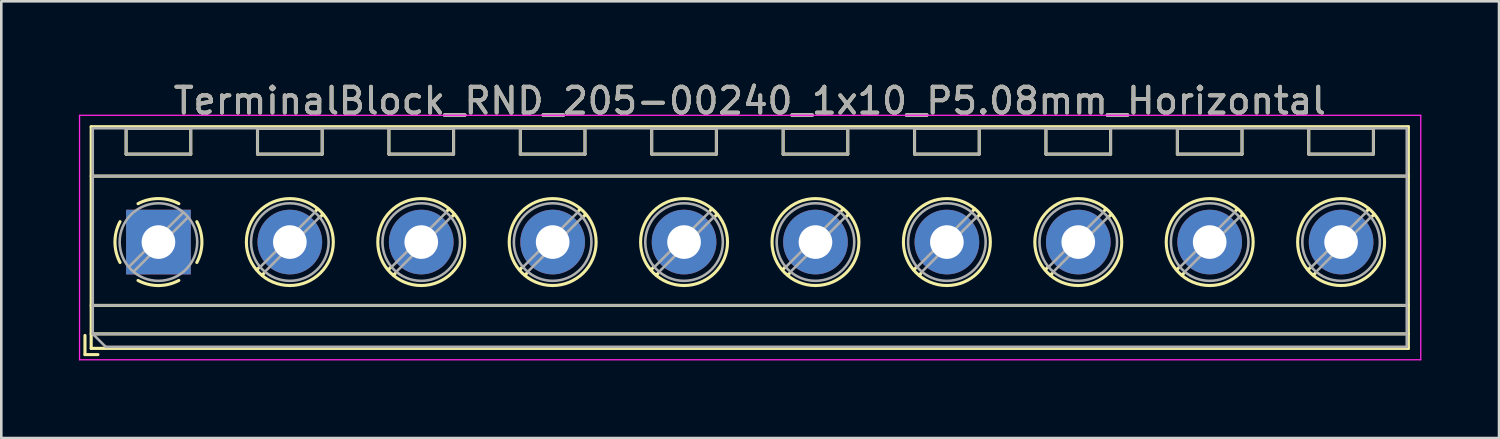
<source format=kicad_pcb>
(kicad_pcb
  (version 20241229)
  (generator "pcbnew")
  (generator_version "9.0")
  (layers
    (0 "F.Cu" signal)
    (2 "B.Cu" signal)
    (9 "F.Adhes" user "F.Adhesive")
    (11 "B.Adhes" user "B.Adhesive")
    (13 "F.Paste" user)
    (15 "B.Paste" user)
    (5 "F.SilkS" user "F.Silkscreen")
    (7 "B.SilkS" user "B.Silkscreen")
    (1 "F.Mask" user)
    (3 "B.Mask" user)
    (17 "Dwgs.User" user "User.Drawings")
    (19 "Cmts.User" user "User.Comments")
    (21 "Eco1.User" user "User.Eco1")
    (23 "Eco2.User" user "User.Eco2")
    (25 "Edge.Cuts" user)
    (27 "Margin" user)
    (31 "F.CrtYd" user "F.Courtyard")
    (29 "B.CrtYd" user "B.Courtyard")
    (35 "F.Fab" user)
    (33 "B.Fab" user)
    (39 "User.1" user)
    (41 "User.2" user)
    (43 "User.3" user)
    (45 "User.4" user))
  (footprint "TerminalBlock_RND_205-00240_1x10_P5.08mm_Horizontal"
    (layer "F.Cu")
    (at 3.075 6.308)
    (property "Reference" "TerminalBlock_RND_205-00240_1x10_P5.08mm_Horizontal" (at 22.86 -5.46 0) (layer "F.SilkS") (effects (font (size 1 1) (thickness 0.15))))
    (attr through_hole)
    (fp_line (start -2.84 3.61) (end -2.84 4.35) (stroke (width 0.12) (type solid)) (layer "F.SilkS"))
    (fp_line (start -2.84 4.35) (end -2.34 4.35) (stroke (width 0.12) (type solid)) (layer "F.SilkS"))
    (fp_line (start -2.6 -4.46) (end -2.6 4.11) (stroke (width 0.12) (type solid)) (layer "F.SilkS"))
    (fp_line (start -2.6 -4.46) (end 48.32 -4.46) (stroke (width 0.12) (type solid)) (layer "F.SilkS"))
    (fp_line (start -2.6 -2.55) (end 48.32 -2.55) (stroke (width 0.12) (type solid)) (layer "F.SilkS"))
    (fp_line (start -2.6 2.45) (end 48.32 2.45) (stroke (width 0.12) (type solid)) (layer "F.SilkS"))
    (fp_line (start -2.6 3.55) (end 48.32 3.55) (stroke (width 0.12) (type solid)) (layer "F.SilkS"))
    (fp_line (start -2.6 4.11) (end 48.32 4.11) (stroke (width 0.12) (type solid)) (layer "F.SilkS"))
    (fp_line (start -1.25 -4.4) (end -1.25 -3.4) (stroke (width 0.12) (type solid)) (layer "F.SilkS"))
    (fp_line (start -1.25 -4.4) (end 1.25 -4.4) (stroke (width 0.12) (type solid)) (layer "F.SilkS"))
    (fp_line (start -1.25 -3.4) (end 1.25 -3.4) (stroke (width 0.12) (type solid)) (layer "F.SilkS"))
    (fp_line (start 1.25 -4.4) (end 1.25 -3.4) (stroke (width 0.12) (type solid)) (layer "F.SilkS"))
    (fp_line (start 3.83 -4.4) (end 3.83 -3.4) (stroke (width 0.12) (type solid)) (layer "F.SilkS"))
    (fp_line (start 3.83 -4.4) (end 6.33 -4.4) (stroke (width 0.12) (type solid)) (layer "F.SilkS"))
    (fp_line (start 3.83 -3.4) (end 6.33 -3.4) (stroke (width 0.12) (type solid)) (layer "F.SilkS"))
    (fp_line (start 3.9 0.976) (end 3.806 1.069) (stroke (width 0.12) (type solid)) (layer "F.SilkS"))
    (fp_line (start 4.07 1.216) (end 4.011 1.274) (stroke (width 0.12) (type solid)) (layer "F.SilkS"))
    (fp_line (start 6.15 -1.275) (end 6.091 -1.216) (stroke (width 0.12) (type solid)) (layer "F.SilkS"))
    (fp_line (start 6.33 -4.4) (end 6.33 -3.4) (stroke (width 0.12) (type solid)) (layer "F.SilkS"))
    (fp_line (start 6.355 -1.069) (end 6.261 -0.976) (stroke (width 0.12) (type solid)) (layer "F.SilkS"))
    (fp_line (start 8.91 -4.4) (end 8.91 -3.4) (stroke (width 0.12) (type solid)) (layer "F.SilkS"))
    (fp_line (start 8.91 -4.4) (end 11.41 -4.4) (stroke (width 0.12) (type solid)) (layer "F.SilkS"))
    (fp_line (start 8.91 -3.4) (end 11.41 -3.4) (stroke (width 0.12) (type solid)) (layer "F.SilkS"))
    (fp_line (start 8.98 0.976) (end 8.886 1.069) (stroke (width 0.12) (type solid)) (layer "F.SilkS"))
    (fp_line (start 9.15 1.216) (end 9.091 1.274) (stroke (width 0.12) (type solid)) (layer "F.SilkS"))
    (fp_line (start 11.23 -1.275) (end 11.171 -1.216) (stroke (width 0.12) (type solid)) (layer "F.SilkS"))
    (fp_line (start 11.41 -4.4) (end 11.41 -3.4) (stroke (width 0.12) (type solid)) (layer "F.SilkS"))
    (fp_line (start 11.435 -1.069) (end 11.341 -0.976) (stroke (width 0.12) (type solid)) (layer "F.SilkS"))
    (fp_line (start 13.99 -4.4) (end 13.99 -3.4) (stroke (width 0.12) (type solid)) (layer "F.SilkS"))
    (fp_line (start 13.99 -4.4) (end 16.49 -4.4) (stroke (width 0.12) (type solid)) (layer "F.SilkS"))
    (fp_line (start 13.99 -3.4) (end 16.49 -3.4) (stroke (width 0.12) (type solid)) (layer "F.SilkS"))
    (fp_line (start 14.06 0.976) (end 13.966 1.069) (stroke (width 0.12) (type solid)) (layer "F.SilkS"))
    (fp_line (start 14.23 1.216) (end 14.171 1.274) (stroke (width 0.12) (type solid)) (layer "F.SilkS"))
    (fp_line (start 16.31 -1.275) (end 16.251 -1.216) (stroke (width 0.12) (type solid)) (layer "F.SilkS"))
    (fp_line (start 16.49 -4.4) (end 16.49 -3.4) (stroke (width 0.12) (type solid)) (layer "F.SilkS"))
    (fp_line (start 16.515 -1.069) (end 16.421 -0.976) (stroke (width 0.12) (type solid)) (layer "F.SilkS"))
    (fp_line (start 19.07 -4.4) (end 19.07 -3.4) (stroke (width 0.12) (type solid)) (layer "F.SilkS"))
    (fp_line (start 19.07 -4.4) (end 21.57 -4.4) (stroke (width 0.12) (type solid)) (layer "F.SilkS"))
    (fp_line (start 19.07 -3.4) (end 21.57 -3.4) (stroke (width 0.12) (type solid)) (layer "F.SilkS"))
    (fp_line (start 19.14 0.976) (end 19.046 1.069) (stroke (width 0.12) (type solid)) (layer "F.SilkS"))
    (fp_line (start 19.31 1.216) (end 19.251 1.274) (stroke (width 0.12) (type solid)) (layer "F.SilkS"))
    (fp_line (start 21.39 -1.275) (end 21.331 -1.216) (stroke (width 0.12) (type solid)) (layer "F.SilkS"))
    (fp_line (start 21.57 -4.4) (end 21.57 -3.4) (stroke (width 0.12) (type solid)) (layer "F.SilkS"))
    (fp_line (start 21.595 -1.069) (end 21.501 -0.976) (stroke (width 0.12) (type solid)) (layer "F.SilkS"))
    (fp_line (start 24.15 -4.4) (end 24.15 -3.4) (stroke (width 0.12) (type solid)) (layer "F.SilkS"))
    (fp_line (start 24.15 -4.4) (end 26.65 -4.4) (stroke (width 0.12) (type solid)) (layer "F.SilkS"))
    (fp_line (start 24.15 -3.4) (end 26.65 -3.4) (stroke (width 0.12) (type solid)) (layer "F.SilkS"))
    (fp_line (start 24.22 0.976) (end 24.126 1.069) (stroke (width 0.12) (type solid)) (layer "F.SilkS"))
    (fp_line (start 24.39 1.216) (end 24.331 1.274) (stroke (width 0.12) (type solid)) (layer "F.SilkS"))
    (fp_line (start 26.47 -1.275) (end 26.411 -1.216) (stroke (width 0.12) (type solid)) (layer "F.SilkS"))
    (fp_line (start 26.65 -4.4) (end 26.65 -3.4) (stroke (width 0.12) (type solid)) (layer "F.SilkS"))
    (fp_line (start 26.675 -1.069) (end 26.581 -0.976) (stroke (width 0.12) (type solid)) (layer "F.SilkS"))
    (fp_line (start 29.23 -4.4) (end 29.23 -3.4) (stroke (width 0.12) (type solid)) (layer "F.SilkS"))
    (fp_line (start 29.23 -4.4) (end 31.73 -4.4) (stroke (width 0.12) (type solid)) (layer "F.SilkS"))
    (fp_line (start 29.23 -3.4) (end 31.73 -3.4) (stroke (width 0.12) (type solid)) (layer "F.SilkS"))
    (fp_line (start 29.3 0.976) (end 29.206 1.069) (stroke (width 0.12) (type solid)) (layer "F.SilkS"))
    (fp_line (start 29.47 1.216) (end 29.411 1.274) (stroke (width 0.12) (type solid)) (layer "F.SilkS"))
    (fp_line (start 31.55 -1.275) (end 31.491 -1.216) (stroke (width 0.12) (type solid)) (layer "F.SilkS"))
    (fp_line (start 31.73 -4.4) (end 31.73 -3.4) (stroke (width 0.12) (type solid)) (layer "F.SilkS"))
    (fp_line (start 31.755 -1.069) (end 31.661 -0.976) (stroke (width 0.12) (type solid)) (layer "F.SilkS"))
    (fp_line (start 34.31 -4.4) (end 34.31 -3.4) (stroke (width 0.12) (type solid)) (layer "F.SilkS"))
    (fp_line (start 34.31 -4.4) (end 36.81 -4.4) (stroke (width 0.12) (type solid)) (layer "F.SilkS"))
    (fp_line (start 34.31 -3.4) (end 36.81 -3.4) (stroke (width 0.12) (type solid)) (layer "F.SilkS"))
    (fp_line (start 34.38 0.976) (end 34.286 1.069) (stroke (width 0.12) (type solid)) (layer "F.SilkS"))
    (fp_line (start 34.55 1.216) (end 34.491 1.274) (stroke (width 0.12) (type solid)) (layer "F.SilkS"))
    (fp_line (start 36.63 -1.275) (end 36.571 -1.216) (stroke (width 0.12) (type solid)) (layer "F.SilkS"))
    (fp_line (start 36.81 -4.4) (end 36.81 -3.4) (stroke (width 0.12) (type solid)) (layer "F.SilkS"))
    (fp_line (start 36.835 -1.069) (end 36.741 -0.976) (stroke (width 0.12) (type solid)) (layer "F.SilkS"))
    (fp_line (start 39.39 -4.4) (end 39.39 -3.4) (stroke (width 0.12) (type solid)) (layer "F.SilkS"))
    (fp_line (start 39.39 -4.4) (end 41.89 -4.4) (stroke (width 0.12) (type solid)) (layer "F.SilkS"))
    (fp_line (start 39.39 -3.4) (end 41.89 -3.4) (stroke (width 0.12) (type solid)) (layer "F.SilkS"))
    (fp_line (start 39.46 0.976) (end 39.366 1.069) (stroke (width 0.12) (type solid)) (layer "F.SilkS"))
    (fp_line (start 39.63 1.216) (end 39.571 1.274) (stroke (width 0.12) (type solid)) (layer "F.SilkS"))
    (fp_line (start 41.71 -1.275) (end 41.651 -1.216) (stroke (width 0.12) (type solid)) (layer "F.SilkS"))
    (fp_line (start 41.89 -4.4) (end 41.89 -3.4) (stroke (width 0.12) (type solid)) (layer "F.SilkS"))
    (fp_line (start 41.915 -1.069) (end 41.821 -0.976) (stroke (width 0.12) (type solid)) (layer "F.SilkS"))
    (fp_line (start 44.47 -4.4) (end 44.47 -3.4) (stroke (width 0.12) (type solid)) (layer "F.SilkS"))
    (fp_line (start 44.47 -4.4) (end 46.97 -4.4) (stroke (width 0.12) (type solid)) (layer "F.SilkS"))
    (fp_line (start 44.47 -3.4) (end 46.97 -3.4) (stroke (width 0.12) (type solid)) (layer "F.SilkS"))
    (fp_line (start 44.54 0.976) (end 44.446 1.069) (stroke (width 0.12) (type solid)) (layer "F.SilkS"))
    (fp_line (start 44.71 1.216) (end 44.651 1.274) (stroke (width 0.12) (type solid)) (layer "F.SilkS"))
    (fp_line (start 46.79 -1.275) (end 46.731 -1.216) (stroke (width 0.12) (type solid)) (layer "F.SilkS"))
    (fp_line (start 46.97 -4.4) (end 46.97 -3.4) (stroke (width 0.12) (type solid)) (layer "F.SilkS"))
    (fp_line (start 46.995 -1.069) (end 46.901 -0.976) (stroke (width 0.12) (type solid)) (layer "F.SilkS"))
    (fp_line (start 48.32 -4.46) (end 48.32 4.11) (stroke (width 0.12) (type solid)) (layer "F.SilkS"))
    (fp_arc (start -1.483953 0.789089) (mid -1.680708 0.00005) (end -1.484 -0.789) (stroke (width 0.12) (type solid)) (layer "F.SilkS"))
    (fp_arc (start -0.789089 -1.483953) (mid -0.00005 -1.680708) (end 0.789 -1.484) (stroke (width 0.12) (type solid)) (layer "F.SilkS"))
    (fp_arc (start 0.029383 1.68045) (mid -0.392304 1.634281) (end -0.789 1.484) (stroke (width 0.12) (type solid)) (layer "F.SilkS"))
    (fp_arc (start 0.788712 1.483352) (mid 0.406429 1.630097) (end 0 1.68) (stroke (width 0.12) (type solid)) (layer "F.SilkS"))
    (fp_arc (start 1.483953 -0.789089) (mid 1.680708 -0.00005) (end 1.484 0.789) (stroke (width 0.12) (type solid)) (layer "F.SilkS"))
    (fp_circle (center 5.08 0) (end 6.76 0) (stroke (width 0.12) (type solid)) (fill no) (layer "F.SilkS"))
    (fp_circle (center 10.16 0) (end 11.84 0) (stroke (width 0.12) (type solid)) (fill no) (layer "F.SilkS"))
    (fp_circle (center 15.24 0) (end 16.92 0) (stroke (width 0.12) (type solid)) (fill no) (layer "F.SilkS"))
    (fp_circle (center 20.32 0) (end 22 0) (stroke (width 0.12) (type solid)) (fill no) (layer "F.SilkS"))
    (fp_circle (center 25.4 0) (end 27.08 0) (stroke (width 0.12) (type solid)) (fill no) (layer "F.SilkS"))
    (fp_circle (center 30.48 0) (end 32.16 0) (stroke (width 0.12) (type solid)) (fill no) (layer "F.SilkS"))
    (fp_circle (center 35.56 0) (end 37.24 0) (stroke (width 0.12) (type solid)) (fill no) (layer "F.SilkS"))
    (fp_circle (center 40.64 0) (end 42.32 0) (stroke (width 0.12) (type solid)) (fill no) (layer "F.SilkS"))
    (fp_circle (center 45.72 0) (end 47.4 0) (stroke (width 0.12) (type solid)) (fill no) (layer "F.SilkS"))
    (fp_line (start -3.05 -4.9) (end -3.05 4.55) (stroke (width 0.05) (type solid)) (layer "F.CrtYd"))
    (fp_line (start -3.05 4.55) (end 48.8 4.55) (stroke (width 0.05) (type solid)) (layer "F.CrtYd"))
    (fp_line (start 48.8 -4.9) (end -3.05 -4.9) (stroke (width 0.05) (type solid)) (layer "F.CrtYd"))
    (fp_line (start 48.8 4.55) (end 48.8 -4.9) (stroke (width 0.05) (type solid)) (layer "F.CrtYd"))
    (fp_line (start -2.54 -4.4) (end 48.26 -4.4) (stroke (width 0.1) (type solid)) (layer "F.Fab"))
    (fp_line (start -2.54 -2.55) (end 48.26 -2.55) (stroke (width 0.1) (type solid)) (layer "F.Fab"))
    (fp_line (start -2.54 2.45) (end 48.26 2.45) (stroke (width 0.1) (type solid)) (layer "F.Fab"))
    (fp_line (start -2.54 3.55) (end -2.54 -4.4) (stroke (width 0.1) (type solid)) (layer "F.Fab"))
    (fp_line (start -2.54 3.55) (end 48.26 3.55) (stroke (width 0.1) (type solid)) (layer "F.Fab"))
    (fp_line (start -2.04 4.05) (end -2.54 3.55) (stroke (width 0.1) (type solid)) (layer "F.Fab"))
    (fp_line (start -1.25 -4.4) (end -1.25 -3.4) (stroke (width 0.1) (type solid)) (layer "F.Fab"))
    (fp_line (start -1.25 -3.4) (end 1.25 -3.4) (stroke (width 0.1) (type solid)) (layer "F.Fab"))
    (fp_line (start 0.955 -1.138) (end -1.138 0.955) (stroke (width 0.1) (type solid)) (layer "F.Fab"))
    (fp_line (start 1.138 -0.955) (end -0.955 1.138) (stroke (width 0.1) (type solid)) (layer "F.Fab"))
    (fp_line (start 1.25 -4.4) (end -1.25 -4.4) (stroke (width 0.1) (type solid)) (layer "F.Fab"))
    (fp_line (start 1.25 -3.4) (end 1.25 -4.4) (stroke (width 0.1) (type solid)) (layer "F.Fab"))
    (fp_line (start 3.83 -4.4) (end 3.83 -3.4) (stroke (width 0.1) (type solid)) (layer "F.Fab"))
    (fp_line (start 3.83 -3.4) (end 6.33 -3.4) (stroke (width 0.1) (type solid)) (layer "F.Fab"))
    (fp_line (start 6.035 -1.138) (end 3.943 0.955) (stroke (width 0.1) (type solid)) (layer "F.Fab"))
    (fp_line (start 6.218 -0.955) (end 4.126 1.138) (stroke (width 0.1) (type solid)) (layer "F.Fab"))
    (fp_line (start 6.33 -4.4) (end 3.83 -4.4) (stroke (width 0.1) (type solid)) (layer "F.Fab"))
    (fp_line (start 6.33 -3.4) (end 6.33 -4.4) (stroke (width 0.1) (type solid)) (layer "F.Fab"))
    (fp_line (start 8.91 -4.4) (end 8.91 -3.4) (stroke (width 0.1) (type solid)) (layer "F.Fab"))
    (fp_line (start 8.91 -3.4) (end 11.41 -3.4) (stroke (width 0.1) (type solid)) (layer "F.Fab"))
    (fp_line (start 11.115 -1.138) (end 9.023 0.955) (stroke (width 0.1) (type solid)) (layer "F.Fab"))
    (fp_line (start 11.298 -0.955) (end 9.206 1.138) (stroke (width 0.1) (type solid)) (layer "F.Fab"))
    (fp_line (start 11.41 -4.4) (end 8.91 -4.4) (stroke (width 0.1) (type solid)) (layer "F.Fab"))
    (fp_line (start 11.41 -3.4) (end 11.41 -4.4) (stroke (width 0.1) (type solid)) (layer "F.Fab"))
    (fp_line (start 13.99 -4.4) (end 13.99 -3.4) (stroke (width 0.1) (type solid)) (layer "F.Fab"))
    (fp_line (start 13.99 -3.4) (end 16.49 -3.4) (stroke (width 0.1) (type solid)) (layer "F.Fab"))
    (fp_line (start 16.195 -1.138) (end 14.103 0.955) (stroke (width 0.1) (type solid)) (layer "F.Fab"))
    (fp_line (start 16.378 -0.955) (end 14.286 1.138) (stroke (width 0.1) (type solid)) (layer "F.Fab"))
    (fp_line (start 16.49 -4.4) (end 13.99 -4.4) (stroke (width 0.1) (type solid)) (layer "F.Fab"))
    (fp_line (start 16.49 -3.4) (end 16.49 -4.4) (stroke (width 0.1) (type solid)) (layer "F.Fab"))
    (fp_line (start 19.07 -4.4) (end 19.07 -3.4) (stroke (width 0.1) (type solid)) (layer "F.Fab"))
    (fp_line (start 19.07 -3.4) (end 21.57 -3.4) (stroke (width 0.1) (type solid)) (layer "F.Fab"))
    (fp_line (start 21.275 -1.138) (end 19.183 0.955) (stroke (width 0.1) (type solid)) (layer "F.Fab"))
    (fp_line (start 21.458 -0.955) (end 19.366 1.138) (stroke (width 0.1) (type solid)) (layer "F.Fab"))
    (fp_line (start 21.57 -4.4) (end 19.07 -4.4) (stroke (width 0.1) (type solid)) (layer "F.Fab"))
    (fp_line (start 21.57 -3.4) (end 21.57 -4.4) (stroke (width 0.1) (type solid)) (layer "F.Fab"))
    (fp_line (start 24.15 -4.4) (end 24.15 -3.4) (stroke (width 0.1) (type solid)) (layer "F.Fab"))
    (fp_line (start 24.15 -3.4) (end 26.65 -3.4) (stroke (width 0.1) (type solid)) (layer "F.Fab"))
    (fp_line (start 26.355 -1.138) (end 24.263 0.955) (stroke (width 0.1) (type solid)) (layer "F.Fab"))
    (fp_line (start 26.538 -0.955) (end 24.446 1.138) (stroke (width 0.1) (type solid)) (layer "F.Fab"))
    (fp_line (start 26.65 -4.4) (end 24.15 -4.4) (stroke (width 0.1) (type solid)) (layer "F.Fab"))
    (fp_line (start 26.65 -3.4) (end 26.65 -4.4) (stroke (width 0.1) (type solid)) (layer "F.Fab"))
    (fp_line (start 29.23 -4.4) (end 29.23 -3.4) (stroke (width 0.1) (type solid)) (layer "F.Fab"))
    (fp_line (start 29.23 -3.4) (end 31.73 -3.4) (stroke (width 0.1) (type solid)) (layer "F.Fab"))
    (fp_line (start 31.435 -1.138) (end 29.343 0.955) (stroke (width 0.1) (type solid)) (layer "F.Fab"))
    (fp_line (start 31.618 -0.955) (end 29.526 1.138) (stroke (width 0.1) (type solid)) (layer "F.Fab"))
    (fp_line (start 31.73 -4.4) (end 29.23 -4.4) (stroke (width 0.1) (type solid)) (layer "F.Fab"))
    (fp_line (start 31.73 -3.4) (end 31.73 -4.4) (stroke (width 0.1) (type solid)) (layer "F.Fab"))
    (fp_line (start 34.31 -4.4) (end 34.31 -3.4) (stroke (width 0.1) (type solid)) (layer "F.Fab"))
    (fp_line (start 34.31 -3.4) (end 36.81 -3.4) (stroke (width 0.1) (type solid)) (layer "F.Fab"))
    (fp_line (start 36.515 -1.138) (end 34.423 0.955) (stroke (width 0.1) (type solid)) (layer "F.Fab"))
    (fp_line (start 36.698 -0.955) (end 34.606 1.138) (stroke (width 0.1) (type solid)) (layer "F.Fab"))
    (fp_line (start 36.81 -4.4) (end 34.31 -4.4) (stroke (width 0.1) (type solid)) (layer "F.Fab"))
    (fp_line (start 36.81 -3.4) (end 36.81 -4.4) (stroke (width 0.1) (type solid)) (layer "F.Fab"))
    (fp_line (start 39.39 -4.4) (end 39.39 -3.4) (stroke (width 0.1) (type solid)) (layer "F.Fab"))
    (fp_line (start 39.39 -3.4) (end 41.89 -3.4) (stroke (width 0.1) (type solid)) (layer "F.Fab"))
    (fp_line (start 41.595 -1.138) (end 39.503 0.955) (stroke (width 0.1) (type solid)) (layer "F.Fab"))
    (fp_line (start 41.778 -0.955) (end 39.686 1.138) (stroke (width 0.1) (type solid)) (layer "F.Fab"))
    (fp_line (start 41.89 -4.4) (end 39.39 -4.4) (stroke (width 0.1) (type solid)) (layer "F.Fab"))
    (fp_line (start 41.89 -3.4) (end 41.89 -4.4) (stroke (width 0.1) (type solid)) (layer "F.Fab"))
    (fp_line (start 44.47 -4.4) (end 44.47 -3.4) (stroke (width 0.1) (type solid)) (layer "F.Fab"))
    (fp_line (start 44.47 -3.4) (end 46.97 -3.4) (stroke (width 0.1) (type solid)) (layer "F.Fab"))
    (fp_line (start 46.675 -1.138) (end 44.583 0.955) (stroke (width 0.1) (type solid)) (layer "F.Fab"))
    (fp_line (start 46.858 -0.955) (end 44.766 1.138) (stroke (width 0.1) (type solid)) (layer "F.Fab"))
    (fp_line (start 46.97 -4.4) (end 44.47 -4.4) (stroke (width 0.1) (type solid)) (layer "F.Fab"))
    (fp_line (start 46.97 -3.4) (end 46.97 -4.4) (stroke (width 0.1) (type solid)) (layer "F.Fab"))
    (fp_line (start 48.26 -4.4) (end 48.26 4.05) (stroke (width 0.1) (type solid)) (layer "F.Fab"))
    (fp_line (start 48.26 4.05) (end -2.04 4.05) (stroke (width 0.1) (type solid)) (layer "F.Fab"))
    (fp_circle (center 0 0) (end 1.5 0) (stroke (width 0.1) (type solid)) (fill no) (layer "F.Fab"))
    (fp_circle (center 5.08 0) (end 6.58 0) (stroke (width 0.1) (type solid)) (fill no) (layer "F.Fab"))
    (fp_circle (center 10.16 0) (end 11.66 0) (stroke (width 0.1) (type solid)) (fill no) (layer "F.Fab"))
    (fp_circle (center 15.24 0) (end 16.74 0) (stroke (width 0.1) (type solid)) (fill no) (layer "F.Fab"))
    (fp_circle (center 20.32 0) (end 21.82 0) (stroke (width 0.1) (type solid)) (fill no) (layer "F.Fab"))
    (fp_circle (center 25.4 0) (end 26.9 0) (stroke (width 0.1) (type solid)) (fill no) (layer "F.Fab"))
    (fp_circle (center 30.48 0) (end 31.98 0) (stroke (width 0.1) (type solid)) (fill no) (layer "F.Fab"))
    (fp_circle (center 35.56 0) (end 37.06 0) (stroke (width 0.1) (type solid)) (fill no) (layer "F.Fab"))
    (fp_circle (center 40.64 0) (end 42.14 0) (stroke (width 0.1) (type solid)) (fill no) (layer "F.Fab"))
    (fp_circle (center 45.72 0) (end 47.22 0) (stroke (width 0.1) (type solid)) (fill no) (layer "F.Fab"))
    (fp_text user "${REFERENCE}" (at 22.86 -5.46 0) (layer "F.Fab") (effects (font (size 1 1) (thickness 0.15))))
    (pad "1" thru_hole rect (at 0 0) (size 2.5 2.5) (drill 1.3) (layers "*.Cu" "*.Mask"))
    (pad "2" thru_hole circle (at 5.08 0) (size 2.5 2.5) (drill 1.3) (layers "*.Cu" "*.Mask"))
    (pad "3" thru_hole circle (at 10.16 0) (size 2.5 2.5) (drill 1.3) (layers "*.Cu" "*.Mask"))
    (pad "4" thru_hole circle (at 15.24 0) (size 2.5 2.5) (drill 1.3) (layers "*.Cu" "*.Mask"))
    (pad "5" thru_hole circle (at 20.32 0) (size 2.5 2.5) (drill 1.3) (layers "*.Cu" "*.Mask"))
    (pad "6" thru_hole circle (at 25.4 0) (size 2.5 2.5) (drill 1.3) (layers "*.Cu" "*.Mask"))
    (pad "7" thru_hole circle (at 30.48 0) (size 2.5 2.5) (drill 1.3) (layers "*.Cu" "*.Mask"))
    (pad "8" thru_hole circle (at 35.56 0) (size 2.5 2.5) (drill 1.3) (layers "*.Cu" "*.Mask"))
    (pad "9" thru_hole circle (at 40.64 0) (size 2.5 2.5) (drill 1.3) (layers "*.Cu" "*.Mask"))
    (pad "10" thru_hole circle (at 45.72 0) (size 2.5 2.5) (drill 1.3) (layers "*.Cu" "*.Mask")))
  (gr_rect
    (start -3 -3)
    (end 54.9 13.883)
    (stroke (width 0.1) (type default))
    (fill no)
    (layer "Edge.Cuts")))
</source>
